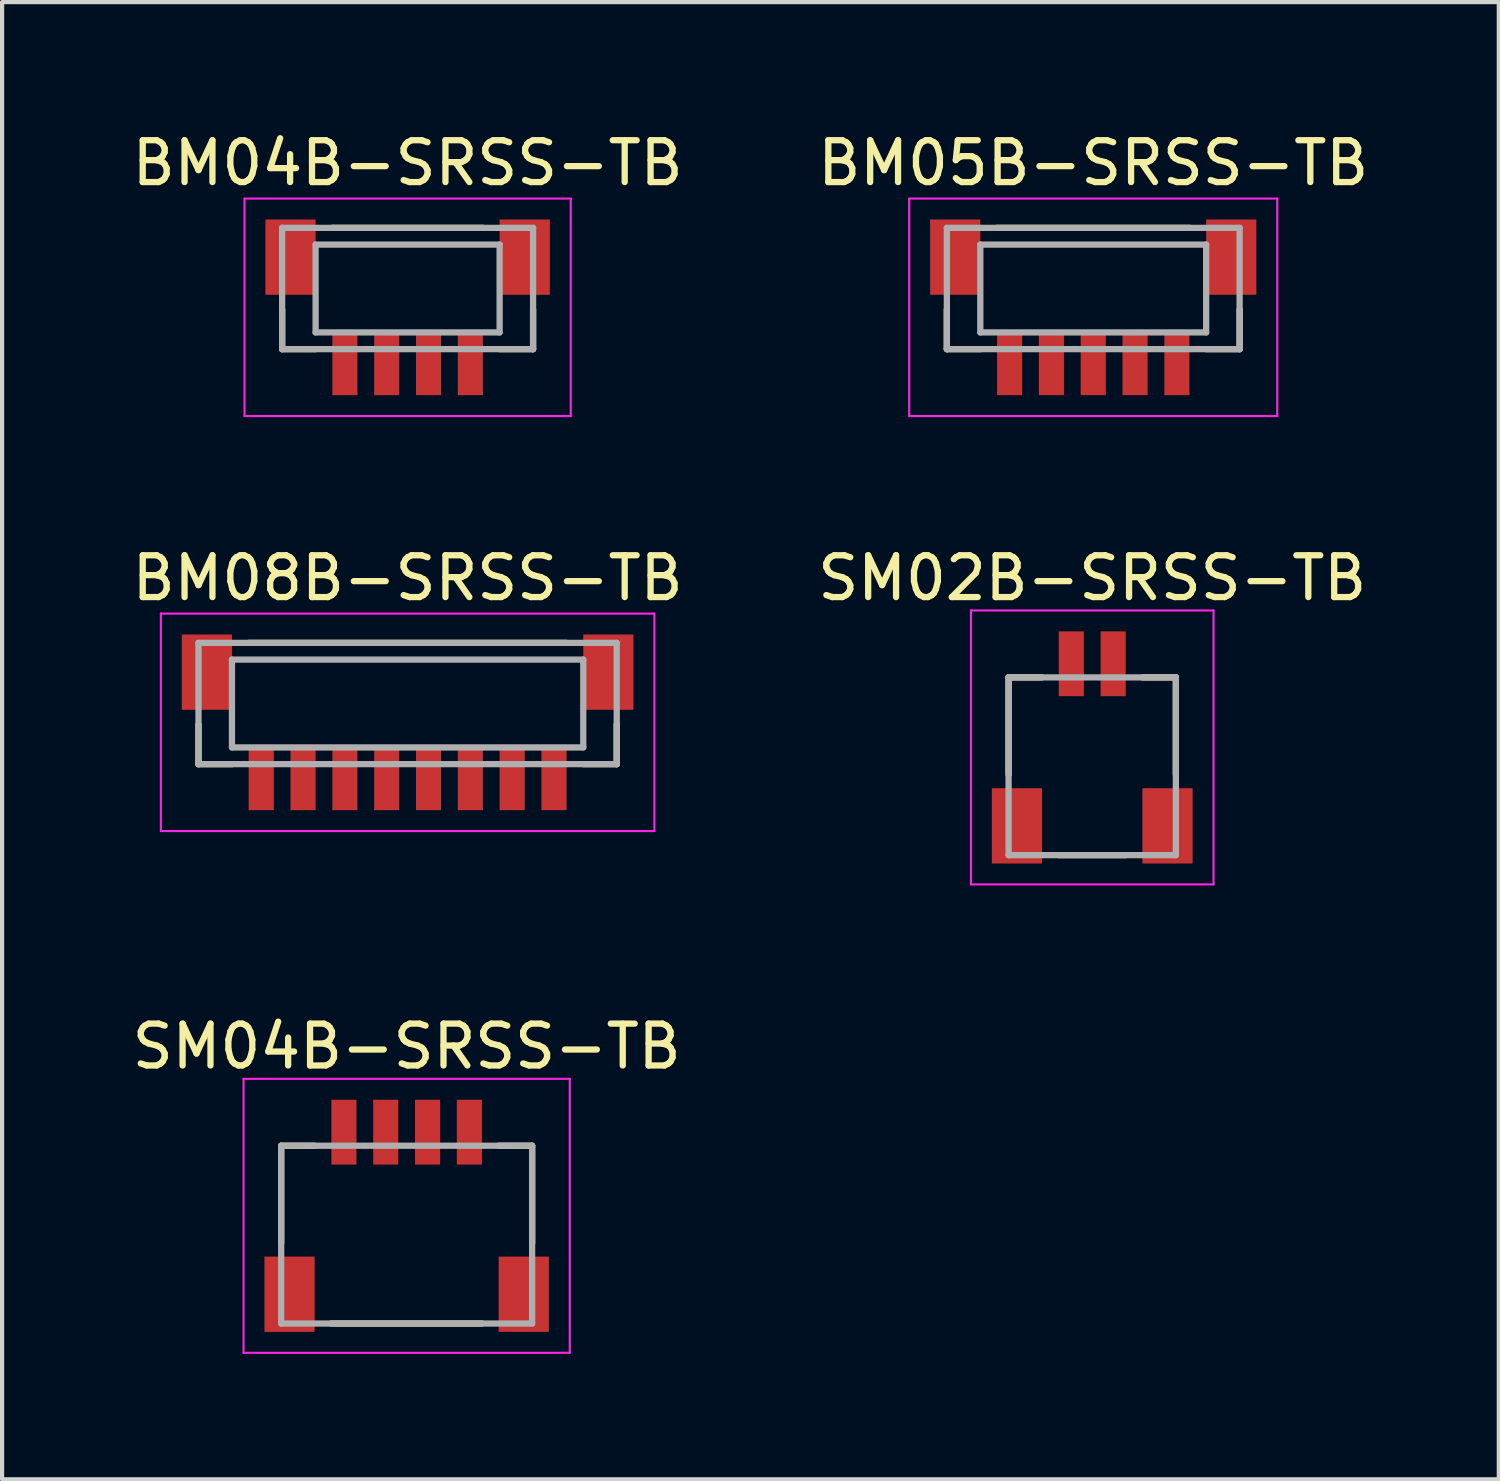
<source format=kicad_pcb>
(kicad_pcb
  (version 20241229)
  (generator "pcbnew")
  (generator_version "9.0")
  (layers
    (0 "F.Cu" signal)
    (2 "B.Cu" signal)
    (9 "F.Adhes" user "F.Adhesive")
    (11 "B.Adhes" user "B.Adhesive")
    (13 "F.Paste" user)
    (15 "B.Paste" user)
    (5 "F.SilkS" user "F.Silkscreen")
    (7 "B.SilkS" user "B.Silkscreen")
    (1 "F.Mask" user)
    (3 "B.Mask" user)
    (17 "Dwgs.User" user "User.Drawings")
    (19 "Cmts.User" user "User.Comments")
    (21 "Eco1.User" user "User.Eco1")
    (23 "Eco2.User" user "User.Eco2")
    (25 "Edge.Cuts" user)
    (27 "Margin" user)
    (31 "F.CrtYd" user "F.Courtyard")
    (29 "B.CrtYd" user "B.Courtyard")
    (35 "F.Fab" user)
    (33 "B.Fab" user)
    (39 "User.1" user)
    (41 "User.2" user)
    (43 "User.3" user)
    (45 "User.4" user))
  (footprint "BM08B-SRSS-TB"
    (layer "F.Cu")
    (at 6.696 13.771)
    (property "Reference" "BM08B-SRSS-TB" (at 0 -3 0) (layer "F.SilkS") (effects (font (size 1 1) (thickness 0.15))))
    (attr smd)
    (fp_line (start -5 0.5) (end -5 1.45) (stroke (width 0.15) (type solid)) (layer "F.SilkS"))
    (fp_line (start -5 1.45) (end -4.2 1.45) (stroke (width 0.15) (type solid)) (layer "F.SilkS"))
    (fp_line (start -3.8 -1.45) (end 3.8 -1.45) (stroke (width 0.15) (type solid)) (layer "F.SilkS"))
    (fp_line (start 4.2 1.45) (end 5 1.45) (stroke (width 0.15) (type solid)) (layer "F.SilkS"))
    (fp_line (start 5 0.5) (end 5 1.45) (stroke (width 0.15) (type solid)) (layer "F.SilkS"))
    (fp_line (start -5.9 -2.15) (end -5.9 3.05) (stroke (width 0.05) (type solid)) (layer "F.CrtYd"))
    (fp_line (start -5.9 -2.15) (end 5.9 -2.15) (stroke (width 0.05) (type solid)) (layer "F.CrtYd"))
    (fp_line (start -5.9 3.05) (end 5.9 3.05) (stroke (width 0.05) (type solid)) (layer "F.CrtYd"))
    (fp_line (start 5.9 -2.15) (end 5.9 3.05) (stroke (width 0.05) (type solid)) (layer "F.CrtYd"))
    (fp_line (start -5 -1.45) (end -5 1.45) (stroke (width 0.15) (type solid)) (layer "F.Fab"))
    (fp_line (start -5 -1.45) (end 5 -1.45) (stroke (width 0.15) (type solid)) (layer "F.Fab"))
    (fp_line (start -5 1.45) (end 5 1.45) (stroke (width 0.15) (type solid)) (layer "F.Fab"))
    (fp_line (start -4.2 -1.05) (end -4.2 1.05) (stroke (width 0.15) (type solid)) (layer "F.Fab"))
    (fp_line (start -4.2 -1.05) (end 4.2 -1.05) (stroke (width 0.15) (type solid)) (layer "F.Fab"))
    (fp_line (start -4.2 1.05) (end 4.2 1.05) (stroke (width 0.15) (type solid)) (layer "F.Fab"))
    (fp_line (start 4.2 -1.05) (end 4.2 1.05) (stroke (width 0.15) (type solid)) (layer "F.Fab"))
    (fp_line (start 5 -1.45) (end 5 1.45) (stroke (width 0.15) (type solid)) (layer "F.Fab"))
    (pad "1" smd rect (at -3.5 1.775) (size 0.6 1.55) (layers "F.Cu" "F.Mask" "F.Paste"))
    (pad "2" smd rect (at -2.5 1.775) (size 0.6 1.55) (layers "F.Cu" "F.Mask" "F.Paste"))
    (pad "3" smd rect (at -1.5 1.775) (size 0.6 1.55) (layers "F.Cu" "F.Mask" "F.Paste"))
    (pad "4" smd rect (at -0.5 1.775) (size 0.6 1.55) (layers "F.Cu" "F.Mask" "F.Paste"))
    (pad "5" smd rect (at 0.5 1.775) (size 0.6 1.55) (layers "F.Cu" "F.Mask" "F.Paste"))
    (pad "6" smd rect (at 1.5 1.775) (size 0.6 1.55) (layers "F.Cu" "F.Mask" "F.Paste"))
    (pad "7" smd rect (at 2.5 1.775) (size 0.6 1.55) (layers "F.Cu" "F.Mask" "F.Paste"))
    (pad "8" smd rect (at 3.5 1.775) (size 0.6 1.55) (layers "F.Cu" "F.Mask" "F.Paste"))
    (pad "S" smd rect (at -4.8 -0.75) (size 1.2 1.8) (layers "F.Cu" "F.Mask" "F.Paste"))
    (pad "S" smd rect (at 4.8 -0.75) (size 1.2 1.8) (layers "F.Cu" "F.Mask" "F.Paste")))
  (footprint "SM02B-SRSS-TB"
    (layer "F.Cu")
    (at 23.065 15.271)
    (property "Reference" "SM02B-SRSS-TB" (at 0 -4.5 0) (layer "F.SilkS") (effects (font (size 1 1) (thickness 0.15))))
    (attr smd)
    (fp_line (start -2 -2.125) (end -2 0.2) (stroke (width 0.15) (type solid)) (layer "F.SilkS"))
    (fp_line (start -2 -2.125) (end -1.2 -2.125) (stroke (width 0.15) (type solid)) (layer "F.SilkS"))
    (fp_line (start -0.8 2.125) (end 0.8 2.125) (stroke (width 0.15) (type solid)) (layer "F.SilkS"))
    (fp_line (start 1.2 -2.125) (end 2 -2.125) (stroke (width 0.15) (type solid)) (layer "F.SilkS"))
    (fp_line (start 2 -2.125) (end 2 0.2) (stroke (width 0.15) (type solid)) (layer "F.SilkS"))
    (fp_line (start -2.9 -3.725) (end -2.9 2.825) (stroke (width 0.05) (type solid)) (layer "F.CrtYd"))
    (fp_line (start -2.9 -3.725) (end 2.9 -3.725) (stroke (width 0.05) (type solid)) (layer "F.CrtYd"))
    (fp_line (start -2.9 2.825) (end 2.9 2.825) (stroke (width 0.05) (type solid)) (layer "F.CrtYd"))
    (fp_line (start 2.9 -3.725) (end 2.9 2.825) (stroke (width 0.05) (type solid)) (layer "F.CrtYd"))
    (fp_line (start -2 -2.125) (end -2 2.125) (stroke (width 0.15) (type solid)) (layer "F.Fab"))
    (fp_line (start -2 -2.125) (end 2 -2.125) (stroke (width 0.15) (type solid)) (layer "F.Fab"))
    (fp_line (start -2 2.125) (end 2 2.125) (stroke (width 0.15) (type solid)) (layer "F.Fab"))
    (fp_line (start 2 -2.125) (end 2 2.125) (stroke (width 0.15) (type solid)) (layer "F.Fab"))
    (pad "1" smd rect (at -0.5 -2.45) (size 0.6 1.55) (layers "F.Cu" "F.Mask" "F.Paste"))
    (pad "2" smd rect (at 0.5 -2.45) (size 0.6 1.55) (layers "F.Cu" "F.Mask" "F.Paste"))
    (pad "S" smd rect (at -1.8 1.425) (size 1.2 1.8) (layers "F.Cu" "F.Mask" "F.Paste"))
    (pad "S" smd rect (at 1.8 1.425) (size 1.2 1.8) (layers "F.Cu" "F.Mask" "F.Paste")))
  (footprint "BM05B-SRSS-TB"
    (layer "F.Cu")
    (at 23.089 3.848)
    (property "Reference" "BM05B-SRSS-TB" (at 0 -3 0) (layer "F.SilkS") (effects (font (size 1 1) (thickness 0.15))))
    (attr smd)
    (fp_line (start -3.5 0.5) (end -3.5 1.45) (stroke (width 0.15) (type solid)) (layer "F.SilkS"))
    (fp_line (start -3.5 1.45) (end -2.7 1.45) (stroke (width 0.15) (type solid)) (layer "F.SilkS"))
    (fp_line (start -2.3 -1.45) (end 2.3 -1.45) (stroke (width 0.15) (type solid)) (layer "F.SilkS"))
    (fp_line (start 2.7 1.45) (end 3.5 1.45) (stroke (width 0.15) (type solid)) (layer "F.SilkS"))
    (fp_line (start 3.5 0.5) (end 3.5 1.45) (stroke (width 0.15) (type solid)) (layer "F.SilkS"))
    (fp_line (start -4.4 -2.15) (end -4.4 3.05) (stroke (width 0.05) (type solid)) (layer "F.CrtYd"))
    (fp_line (start -4.4 -2.15) (end 4.4 -2.15) (stroke (width 0.05) (type solid)) (layer "F.CrtYd"))
    (fp_line (start -4.4 3.05) (end 4.4 3.05) (stroke (width 0.05) (type solid)) (layer "F.CrtYd"))
    (fp_line (start 4.4 -2.15) (end 4.4 3.05) (stroke (width 0.05) (type solid)) (layer "F.CrtYd"))
    (fp_line (start -3.5 -1.45) (end -3.5 1.45) (stroke (width 0.15) (type solid)) (layer "F.Fab"))
    (fp_line (start -3.5 -1.45) (end 3.5 -1.45) (stroke (width 0.15) (type solid)) (layer "F.Fab"))
    (fp_line (start -3.5 1.45) (end 3.5 1.45) (stroke (width 0.15) (type solid)) (layer "F.Fab"))
    (fp_line (start -2.7 -1.05) (end -2.7 1.05) (stroke (width 0.15) (type solid)) (layer "F.Fab"))
    (fp_line (start -2.7 -1.05) (end 2.7 -1.05) (stroke (width 0.15) (type solid)) (layer "F.Fab"))
    (fp_line (start -2.7 1.05) (end 2.7 1.05) (stroke (width 0.15) (type solid)) (layer "F.Fab"))
    (fp_line (start 2.7 -1.05) (end 2.7 1.05) (stroke (width 0.15) (type solid)) (layer "F.Fab"))
    (fp_line (start 3.5 -1.45) (end 3.5 1.45) (stroke (width 0.15) (type solid)) (layer "F.Fab"))
    (pad "1" smd rect (at -2 1.775) (size 0.6 1.55) (layers "F.Cu" "F.Mask" "F.Paste"))
    (pad "2" smd rect (at -1 1.775) (size 0.6 1.55) (layers "F.Cu" "F.Mask" "F.Paste"))
    (pad "3" smd rect (at 0 1.775) (size 0.6 1.55) (layers "F.Cu" "F.Mask" "F.Paste"))
    (pad "4" smd rect (at 1 1.775) (size 0.6 1.55) (layers "F.Cu" "F.Mask" "F.Paste"))
    (pad "5" smd rect (at 2 1.775) (size 0.6 1.55) (layers "F.Cu" "F.Mask" "F.Paste"))
    (pad "S" smd rect (at -3.3 -0.75) (size 1.2 1.8) (layers "F.Cu" "F.Mask" "F.Paste"))
    (pad "S" smd rect (at 3.3 -0.75) (size 1.2 1.8) (layers "F.Cu" "F.Mask" "F.Paste")))
  (footprint "SM04B-SRSS-TB"
    (layer "F.Cu")
    (at 6.673 26.47)
    (property "Reference" "SM04B-SRSS-TB" (at 0 -4.5 0) (layer "F.SilkS") (effects (font (size 1 1) (thickness 0.15))))
    (attr smd)
    (fp_line (start -3 -2.125) (end -3 0.2) (stroke (width 0.15) (type solid)) (layer "F.SilkS"))
    (fp_line (start -3 -2.125) (end -2.2 -2.125) (stroke (width 0.15) (type solid)) (layer "F.SilkS"))
    (fp_line (start -1.8 2.125) (end 1.8 2.125) (stroke (width 0.15) (type solid)) (layer "F.SilkS"))
    (fp_line (start 2.2 -2.125) (end 3 -2.125) (stroke (width 0.15) (type solid)) (layer "F.SilkS"))
    (fp_line (start 3 -2.125) (end 3 0.2) (stroke (width 0.15) (type solid)) (layer "F.SilkS"))
    (fp_line (start -3.9 -3.725) (end -3.9 2.825) (stroke (width 0.05) (type solid)) (layer "F.CrtYd"))
    (fp_line (start -3.9 -3.725) (end 3.9 -3.725) (stroke (width 0.05) (type solid)) (layer "F.CrtYd"))
    (fp_line (start -3.9 2.825) (end 3.9 2.825) (stroke (width 0.05) (type solid)) (layer "F.CrtYd"))
    (fp_line (start 3.9 -3.725) (end 3.9 2.825) (stroke (width 0.05) (type solid)) (layer "F.CrtYd"))
    (fp_line (start -3 -2.125) (end -3 2.125) (stroke (width 0.15) (type solid)) (layer "F.Fab"))
    (fp_line (start -3 -2.125) (end 3 -2.125) (stroke (width 0.15) (type solid)) (layer "F.Fab"))
    (fp_line (start -3 2.125) (end 3 2.125) (stroke (width 0.15) (type solid)) (layer "F.Fab"))
    (fp_line (start 3 -2.125) (end 3 2.125) (stroke (width 0.15) (type solid)) (layer "F.Fab"))
    (pad "1" smd rect (at -1.5 -2.45) (size 0.6 1.55) (layers "F.Cu" "F.Mask" "F.Paste"))
    (pad "2" smd rect (at -0.5 -2.45) (size 0.6 1.55) (layers "F.Cu" "F.Mask" "F.Paste"))
    (pad "3" smd rect (at 0.5 -2.45) (size 0.6 1.55) (layers "F.Cu" "F.Mask" "F.Paste"))
    (pad "4" smd rect (at 1.5 -2.45) (size 0.6 1.55) (layers "F.Cu" "F.Mask" "F.Paste"))
    (pad "S" smd rect (at -2.8 1.425) (size 1.2 1.8) (layers "F.Cu" "F.Mask" "F.Paste"))
    (pad "S" smd rect (at 2.8 1.425) (size 1.2 1.8) (layers "F.Cu" "F.Mask" "F.Paste")))
  (footprint "BM04B-SRSS-TB"
    (layer "F.Cu")
    (at 6.696 3.848)
    (property "Reference" "BM04B-SRSS-TB" (at 0 -3 0) (layer "F.SilkS") (effects (font (size 1 1) (thickness 0.15))))
    (attr smd)
    (fp_line (start -3 0.5) (end -3 1.45) (stroke (width 0.15) (type solid)) (layer "F.SilkS"))
    (fp_line (start -3 1.45) (end -2.2 1.45) (stroke (width 0.15) (type solid)) (layer "F.SilkS"))
    (fp_line (start -1.8 -1.45) (end 1.8 -1.45) (stroke (width 0.15) (type solid)) (layer "F.SilkS"))
    (fp_line (start 2.2 1.45) (end 3 1.45) (stroke (width 0.15) (type solid)) (layer "F.SilkS"))
    (fp_line (start 3 0.5) (end 3 1.45) (stroke (width 0.15) (type solid)) (layer "F.SilkS"))
    (fp_line (start -3.9 -2.15) (end -3.9 3.05) (stroke (width 0.05) (type solid)) (layer "F.CrtYd"))
    (fp_line (start -3.9 -2.15) (end 3.9 -2.15) (stroke (width 0.05) (type solid)) (layer "F.CrtYd"))
    (fp_line (start -3.9 3.05) (end 3.9 3.05) (stroke (width 0.05) (type solid)) (layer "F.CrtYd"))
    (fp_line (start 3.9 -2.15) (end 3.9 3.05) (stroke (width 0.05) (type solid)) (layer "F.CrtYd"))
    (fp_line (start -3 -1.45) (end -3 1.45) (stroke (width 0.15) (type solid)) (layer "F.Fab"))
    (fp_line (start -3 -1.45) (end 3 -1.45) (stroke (width 0.15) (type solid)) (layer "F.Fab"))
    (fp_line (start -3 1.45) (end 3 1.45) (stroke (width 0.15) (type solid)) (layer "F.Fab"))
    (fp_line (start -2.2 -1.05) (end -2.2 1.05) (stroke (width 0.15) (type solid)) (layer "F.Fab"))
    (fp_line (start -2.2 -1.05) (end 2.2 -1.05) (stroke (width 0.15) (type solid)) (layer "F.Fab"))
    (fp_line (start -2.2 1.05) (end 2.2 1.05) (stroke (width 0.15) (type solid)) (layer "F.Fab"))
    (fp_line (start 2.2 -1.05) (end 2.2 1.05) (stroke (width 0.15) (type solid)) (layer "F.Fab"))
    (fp_line (start 3 -1.45) (end 3 1.45) (stroke (width 0.15) (type solid)) (layer "F.Fab"))
    (pad "1" smd rect (at -1.5 1.775) (size 0.6 1.55) (layers "F.Cu" "F.Mask" "F.Paste"))
    (pad "2" smd rect (at -0.5 1.775) (size 0.6 1.55) (layers "F.Cu" "F.Mask" "F.Paste"))
    (pad "3" smd rect (at 0.5 1.775) (size 0.6 1.55) (layers "F.Cu" "F.Mask" "F.Paste"))
    (pad "4" smd rect (at 1.5 1.775) (size 0.6 1.55) (layers "F.Cu" "F.Mask" "F.Paste"))
    (pad "S" smd rect (at -2.8 -0.75) (size 1.2 1.8) (layers "F.Cu" "F.Mask" "F.Paste"))
    (pad "S" smd rect (at 2.8 -0.75) (size 1.2 1.8) (layers "F.Cu" "F.Mask" "F.Paste")))
  (gr_rect
    (start -3 -3)
    (end 32.786 32.32)
    (stroke (width 0.1) (type default))
    (fill no)
    (layer "Edge.Cuts")))
</source>
